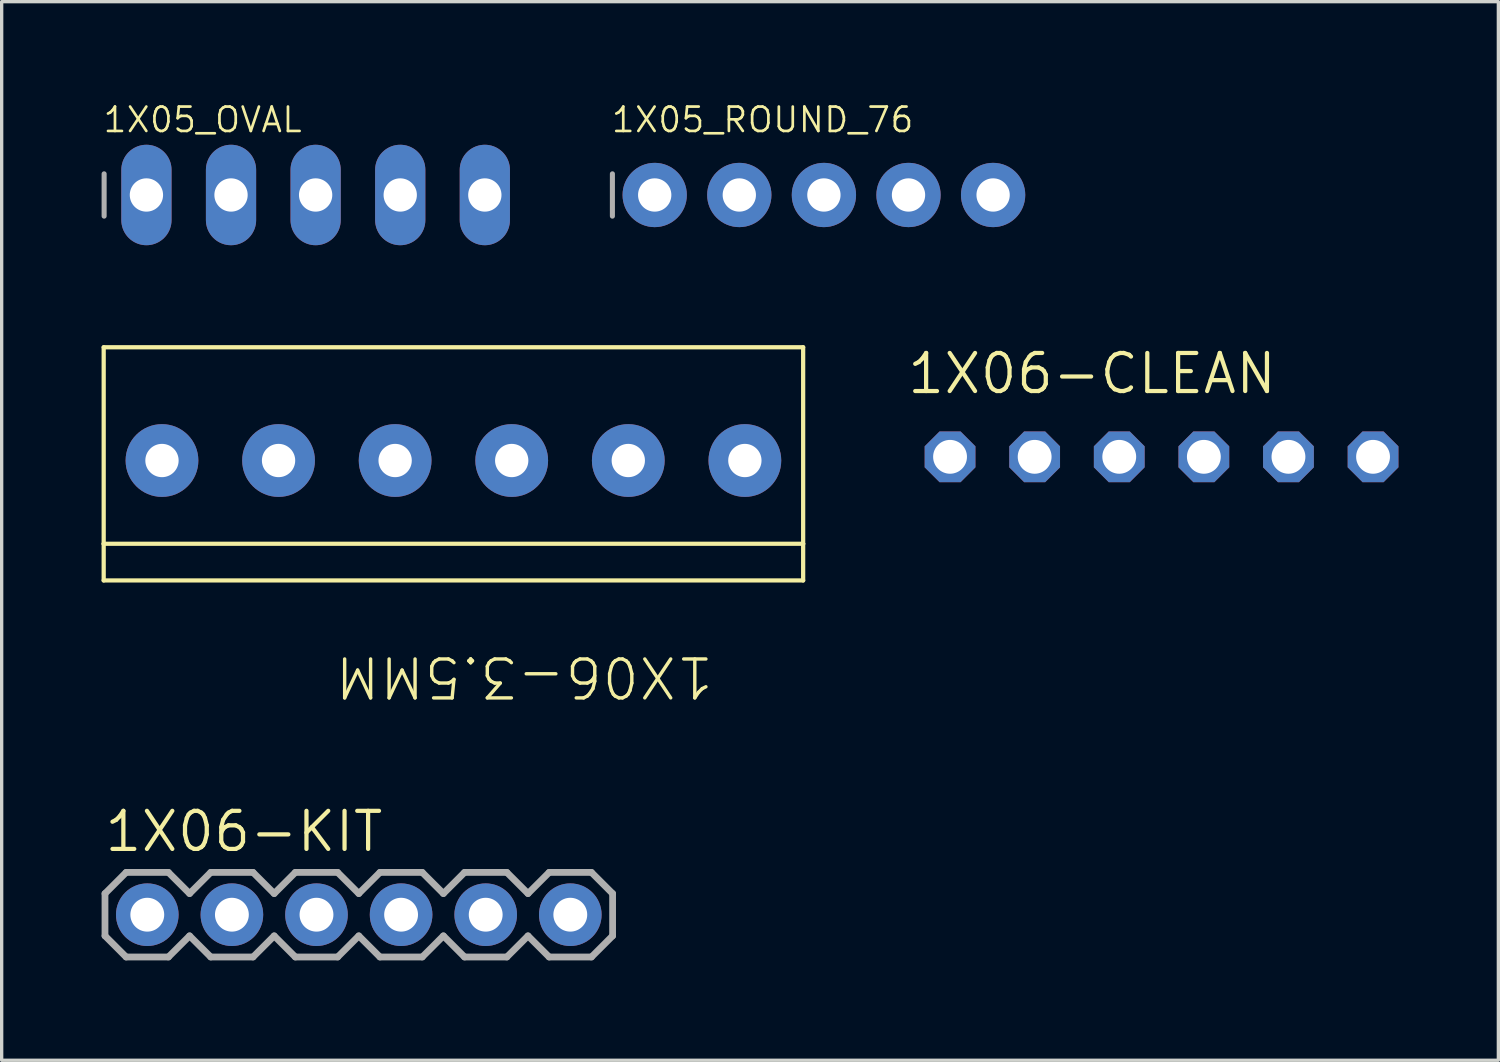
<source format=kicad_pcb>
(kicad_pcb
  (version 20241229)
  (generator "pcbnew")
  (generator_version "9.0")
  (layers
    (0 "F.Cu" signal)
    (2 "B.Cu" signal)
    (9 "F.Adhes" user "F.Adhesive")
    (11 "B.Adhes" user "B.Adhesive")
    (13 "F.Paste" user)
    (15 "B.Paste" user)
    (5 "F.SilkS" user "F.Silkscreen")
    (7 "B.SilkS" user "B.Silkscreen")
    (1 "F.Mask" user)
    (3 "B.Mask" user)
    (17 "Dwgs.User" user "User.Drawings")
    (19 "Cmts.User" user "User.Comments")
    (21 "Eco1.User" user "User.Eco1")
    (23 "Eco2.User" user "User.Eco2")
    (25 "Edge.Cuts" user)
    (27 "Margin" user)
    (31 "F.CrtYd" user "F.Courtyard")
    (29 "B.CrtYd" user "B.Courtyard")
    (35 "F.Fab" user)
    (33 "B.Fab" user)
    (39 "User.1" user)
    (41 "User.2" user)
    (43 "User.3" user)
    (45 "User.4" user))
  (footprint "1X06-KIT"
    (layer "F.Cu")
    (at 1.372 24.412)
    (property "Reference" "1X06-KIT" (at -1.346 -1.829 0) (unlocked yes) (layer "F.SilkS") (effects (font (size 1.143 1.143) (thickness 0.127)) (justify left bottom)))
    (fp_poly (pts (xy 0.159 -0.483) (xy 0.301 -0.408) (xy 0.417 -0.289) (xy 0.503 -0.008) (xy 0.442 0.01) (xy 0.505 0.021) (xy 0.48 0.166) (xy 0.408 0.305) (xy 0.296 0.415) (xy 0.155 0.486) (xy 0.06 0.5) (xy 0.059 0.516) (xy -0.153 0.488) (xy -0.294 0.42) (xy -0.41 0.309) (xy -0.509 0.027) (xy -0.487 -0.139) (xy -0.417 -0.286) (xy -0.301 -0.408) (xy -0.005 -0.512)) (stroke (width 0) (type default)) (fill yes) (layer "F.Mask"))
    (fp_poly (pts (xy 2.699 -0.483) (xy 2.841 -0.408) (xy 2.957 -0.289) (xy 3.043 -0.008) (xy 2.982 0.01) (xy 3.045 0.021) (xy 3.02 0.166) (xy 2.948 0.305) (xy 2.836 0.415) (xy 2.695 0.486) (xy 2.6 0.5) (xy 2.599 0.516) (xy 2.387 0.488) (xy 2.246 0.42) (xy 2.13 0.309) (xy 2.031 0.027) (xy 2.053 -0.139) (xy 2.123 -0.286) (xy 2.239 -0.408) (xy 2.535 -0.512)) (stroke (width 0) (type default)) (fill yes) (layer "F.Mask"))
    (fp_poly (pts (xy 5.239 -0.483) (xy 5.381 -0.408) (xy 5.497 -0.289) (xy 5.583 -0.008) (xy 5.522 0.01) (xy 5.585 0.021) (xy 5.56 0.166) (xy 5.488 0.305) (xy 5.376 0.415) (xy 5.235 0.486) (xy 5.14 0.5) (xy 5.139 0.516) (xy 4.927 0.488) (xy 4.786 0.42) (xy 4.67 0.309) (xy 4.571 0.027) (xy 4.593 -0.139) (xy 4.663 -0.286) (xy 4.779 -0.408) (xy 5.075 -0.512)) (stroke (width 0) (type default)) (fill yes) (layer "F.Mask"))
    (fp_poly (pts (xy 7.779 -0.483) (xy 7.921 -0.408) (xy 8.037 -0.289) (xy 8.123 -0.008) (xy 8.062 0.01) (xy 8.125 0.021) (xy 8.1 0.166) (xy 8.028 0.305) (xy 7.916 0.415) (xy 7.775 0.486) (xy 7.68 0.5) (xy 7.679 0.516) (xy 7.467 0.488) (xy 7.326 0.42) (xy 7.21 0.309) (xy 7.111 0.027) (xy 7.133 -0.139) (xy 7.203 -0.286) (xy 7.319 -0.408) (xy 7.615 -0.512)) (stroke (width 0) (type default)) (fill yes) (layer "F.Mask"))
    (fp_poly (pts (xy 10.319 -0.483) (xy 10.461 -0.408) (xy 10.577 -0.289) (xy 10.663 -0.008) (xy 10.602 0.01) (xy 10.665 0.021) (xy 10.64 0.166) (xy 10.568 0.305) (xy 10.456 0.415) (xy 10.315 0.486) (xy 10.22 0.5) (xy 10.219 0.516) (xy 10.007 0.488) (xy 9.866 0.42) (xy 9.75 0.309) (xy 9.651 0.027) (xy 9.673 -0.139) (xy 9.743 -0.286) (xy 9.859 -0.408) (xy 10.155 -0.512)) (stroke (width 0) (type default)) (fill yes) (layer "F.Mask"))
    (fp_poly (pts (xy 12.859 -0.483) (xy 13.001 -0.408) (xy 13.117 -0.289) (xy 13.203 -0.008) (xy 13.142 0.01) (xy 13.205 0.021) (xy 13.18 0.166) (xy 13.108 0.305) (xy 12.996 0.415) (xy 12.855 0.486) (xy 12.76 0.5) (xy 12.759 0.516) (xy 12.547 0.488) (xy 12.406 0.42) (xy 12.29 0.309) (xy 12.191 0.027) (xy 12.213 -0.139) (xy 12.283 -0.286) (xy 12.399 -0.408) (xy 12.695 -0.512)) (stroke (width 0) (type default)) (fill yes) (layer "F.Mask"))
    (fp_poly (pts (xy 0.201 -0.994) (xy 0.393 -0.932) (xy 0.569 -0.835) (xy 0.723 -0.705) (xy 0.849 -0.547) (xy 0.941 -0.368) (xy 0.997 -0.174) (xy 1.009 -0.035) (xy 1.02 -0.034) (xy 1.014 0.026) (xy 1.019 0.086) (xy 1.007 0.087) (xy 0.992 0.221) (xy 0.933 0.408) (xy 0.839 0.58) (xy 0.713 0.731) (xy 0.56 0.854) (xy 0.386 0.944) (xy 0.197 0.999) (xy 0.064 1.011) (xy 0.063 1.021) (xy 0.003 1.016) (xy -0.058 1.022) (xy -0.059 1.011) (xy -0.193 1) (xy -0.383 0.945) (xy -0.558 0.854) (xy -0.712 0.731) (xy -0.839 0.58) (xy -0.936 0.405) (xy -1.016 0.027) (xy -0.999 -0.177) (xy -0.943 -0.371) (xy -0.85 -0.549) (xy -0.724 -0.707) (xy -0.57 -0.836) (xy -0.39 -0.935) (xy -0.003 -1.017)) (stroke (width 0) (type default)) (fill yes) (layer "B.Mask"))
    (fp_poly (pts (xy 2.741 -0.994) (xy 2.933 -0.932) (xy 3.109 -0.835) (xy 3.263 -0.705) (xy 3.389 -0.547) (xy 3.481 -0.368) (xy 3.537 -0.174) (xy 3.549 -0.035) (xy 3.56 -0.034) (xy 3.554 0.026) (xy 3.559 0.086) (xy 3.547 0.087) (xy 3.532 0.221) (xy 3.473 0.408) (xy 3.379 0.58) (xy 3.253 0.731) (xy 3.1 0.854) (xy 2.926 0.944) (xy 2.737 0.999) (xy 2.604 1.011) (xy 2.603 1.021) (xy 2.543 1.016) (xy 2.482 1.022) (xy 2.481 1.011) (xy 2.347 1) (xy 2.157 0.945) (xy 1.982 0.854) (xy 1.828 0.731) (xy 1.701 0.58) (xy 1.604 0.405) (xy 1.524 0.027) (xy 1.541 -0.177) (xy 1.597 -0.371) (xy 1.69 -0.549) (xy 1.816 -0.707) (xy 1.97 -0.836) (xy 2.15 -0.935) (xy 2.537 -1.017)) (stroke (width 0) (type default)) (fill yes) (layer "B.Mask"))
    (fp_poly (pts (xy 5.281 -0.994) (xy 5.473 -0.932) (xy 5.649 -0.835) (xy 5.803 -0.705) (xy 5.929 -0.547) (xy 6.021 -0.368) (xy 6.077 -0.174) (xy 6.089 -0.035) (xy 6.1 -0.034) (xy 6.094 0.026) (xy 6.099 0.086) (xy 6.087 0.087) (xy 6.072 0.221) (xy 6.013 0.408) (xy 5.919 0.58) (xy 5.793 0.731) (xy 5.64 0.854) (xy 5.466 0.944) (xy 5.277 0.999) (xy 5.144 1.011) (xy 5.143 1.021) (xy 5.083 1.016) (xy 5.022 1.022) (xy 5.021 1.011) (xy 4.887 1) (xy 4.697 0.945) (xy 4.522 0.854) (xy 4.368 0.731) (xy 4.241 0.58) (xy 4.144 0.405) (xy 4.064 0.027) (xy 4.081 -0.177) (xy 4.137 -0.371) (xy 4.23 -0.549) (xy 4.356 -0.707) (xy 4.51 -0.836) (xy 4.69 -0.935) (xy 5.077 -1.017)) (stroke (width 0) (type default)) (fill yes) (layer "B.Mask"))
    (fp_poly (pts (xy 7.821 -0.994) (xy 8.013 -0.932) (xy 8.189 -0.835) (xy 8.343 -0.705) (xy 8.469 -0.547) (xy 8.561 -0.368) (xy 8.617 -0.174) (xy 8.629 -0.035) (xy 8.64 -0.034) (xy 8.634 0.026) (xy 8.639 0.086) (xy 8.627 0.087) (xy 8.612 0.221) (xy 8.553 0.408) (xy 8.459 0.58) (xy 8.333 0.731) (xy 8.18 0.854) (xy 8.006 0.944) (xy 7.817 0.999) (xy 7.684 1.011) (xy 7.683 1.021) (xy 7.623 1.016) (xy 7.562 1.022) (xy 7.561 1.011) (xy 7.427 1) (xy 7.237 0.945) (xy 7.062 0.854) (xy 6.908 0.731) (xy 6.781 0.58) (xy 6.684 0.405) (xy 6.604 0.027) (xy 6.621 -0.177) (xy 6.677 -0.371) (xy 6.77 -0.549) (xy 6.896 -0.707) (xy 7.05 -0.836) (xy 7.23 -0.935) (xy 7.617 -1.017)) (stroke (width 0) (type default)) (fill yes) (layer "B.Mask"))
    (fp_poly (pts (xy 10.361 -0.994) (xy 10.553 -0.932) (xy 10.729 -0.835) (xy 10.883 -0.705) (xy 11.009 -0.547) (xy 11.101 -0.368) (xy 11.157 -0.174) (xy 11.169 -0.035) (xy 11.18 -0.034) (xy 11.174 0.026) (xy 11.179 0.086) (xy 11.167 0.087) (xy 11.152 0.221) (xy 11.093 0.408) (xy 10.999 0.58) (xy 10.873 0.731) (xy 10.72 0.854) (xy 10.546 0.944) (xy 10.357 0.999) (xy 10.224 1.011) (xy 10.223 1.021) (xy 10.163 1.016) (xy 10.102 1.022) (xy 10.101 1.011) (xy 9.967 1) (xy 9.777 0.945) (xy 9.602 0.854) (xy 9.448 0.731) (xy 9.321 0.58) (xy 9.224 0.405) (xy 9.144 0.027) (xy 9.161 -0.177) (xy 9.217 -0.371) (xy 9.31 -0.549) (xy 9.436 -0.707) (xy 9.59 -0.836) (xy 9.77 -0.935) (xy 10.157 -1.017)) (stroke (width 0) (type default)) (fill yes) (layer "B.Mask"))
    (fp_poly (pts (xy 12.901 -0.994) (xy 13.093 -0.932) (xy 13.269 -0.835) (xy 13.423 -0.705) (xy 13.549 -0.547) (xy 13.641 -0.368) (xy 13.697 -0.174) (xy 13.709 -0.035) (xy 13.72 -0.034) (xy 13.714 0.026) (xy 13.719 0.086) (xy 13.707 0.087) (xy 13.692 0.221) (xy 13.633 0.408) (xy 13.539 0.58) (xy 13.413 0.731) (xy 13.26 0.854) (xy 13.086 0.944) (xy 12.897 0.999) (xy 12.764 1.011) (xy 12.763 1.021) (xy 12.703 1.016) (xy 12.642 1.022) (xy 12.641 1.011) (xy 12.507 1) (xy 12.317 0.945) (xy 12.142 0.854) (xy 11.988 0.731) (xy 11.861 0.58) (xy 11.764 0.405) (xy 11.684 0.027) (xy 11.701 -0.177) (xy 11.757 -0.371) (xy 11.85 -0.549) (xy 11.976 -0.707) (xy 12.13 -0.836) (xy 12.31 -0.935) (xy 12.697 -1.017)) (stroke (width 0) (type default)) (fill yes) (layer "B.Mask"))
    (fp_line (start -1.27 -0.635) (end -1.27 0.635) (stroke (width 0.203) (type solid)) (layer "F.Fab"))
    (fp_line (start -1.27 0.635) (end -0.635 1.27) (stroke (width 0.203) (type solid)) (layer "F.Fab"))
    (fp_line (start -0.635 -1.27) (end -1.27 -0.635) (stroke (width 0.203) (type solid)) (layer "F.Fab"))
    (fp_line (start -0.635 -1.27) (end 0.635 -1.27) (stroke (width 0.203) (type solid)) (layer "F.Fab"))
    (fp_line (start 0.635 -1.27) (end 1.27 -0.635) (stroke (width 0.203) (type solid)) (layer "F.Fab"))
    (fp_line (start 0.635 1.27) (end -0.635 1.27) (stroke (width 0.203) (type solid)) (layer "F.Fab"))
    (fp_line (start 1.27 -0.635) (end 1.905 -1.27) (stroke (width 0.203) (type solid)) (layer "F.Fab"))
    (fp_line (start 1.27 0.635) (end 0.635 1.27) (stroke (width 0.203) (type solid)) (layer "F.Fab"))
    (fp_line (start 1.905 -1.27) (end 3.175 -1.27) (stroke (width 0.203) (type solid)) (layer "F.Fab"))
    (fp_line (start 1.905 1.27) (end 1.27 0.635) (stroke (width 0.203) (type solid)) (layer "F.Fab"))
    (fp_line (start 3.175 -1.27) (end 3.81 -0.635) (stroke (width 0.203) (type solid)) (layer "F.Fab"))
    (fp_line (start 3.175 1.27) (end 1.905 1.27) (stroke (width 0.203) (type solid)) (layer "F.Fab"))
    (fp_line (start 3.81 -0.635) (end 4.445 -1.27) (stroke (width 0.203) (type solid)) (layer "F.Fab"))
    (fp_line (start 3.81 0.635) (end 3.175 1.27) (stroke (width 0.203) (type solid)) (layer "F.Fab"))
    (fp_line (start 4.445 -1.27) (end 5.715 -1.27) (stroke (width 0.203) (type solid)) (layer "F.Fab"))
    (fp_line (start 4.445 1.27) (end 3.81 0.635) (stroke (width 0.203) (type solid)) (layer "F.Fab"))
    (fp_line (start 5.715 -1.27) (end 6.35 -0.635) (stroke (width 0.203) (type solid)) (layer "F.Fab"))
    (fp_line (start 5.715 1.27) (end 4.445 1.27) (stroke (width 0.203) (type solid)) (layer "F.Fab"))
    (fp_line (start 6.35 0.635) (end 5.715 1.27) (stroke (width 0.203) (type solid)) (layer "F.Fab"))
    (fp_line (start 6.35 0.635) (end 6.985 1.27) (stroke (width 0.203) (type solid)) (layer "F.Fab"))
    (fp_line (start 6.985 -1.27) (end 6.35 -0.635) (stroke (width 0.203) (type solid)) (layer "F.Fab"))
    (fp_line (start 6.985 -1.27) (end 8.255 -1.27) (stroke (width 0.203) (type solid)) (layer "F.Fab"))
    (fp_line (start 8.255 -1.27) (end 8.89 -0.635) (stroke (width 0.203) (type solid)) (layer "F.Fab"))
    (fp_line (start 8.255 1.27) (end 6.985 1.27) (stroke (width 0.203) (type solid)) (layer "F.Fab"))
    (fp_line (start 8.89 -0.635) (end 9.525 -1.27) (stroke (width 0.203) (type solid)) (layer "F.Fab"))
    (fp_line (start 8.89 0.635) (end 8.255 1.27) (stroke (width 0.203) (type solid)) (layer "F.Fab"))
    (fp_line (start 9.525 -1.27) (end 10.795 -1.27) (stroke (width 0.203) (type solid)) (layer "F.Fab"))
    (fp_line (start 9.525 1.27) (end 8.89 0.635) (stroke (width 0.203) (type solid)) (layer "F.Fab"))
    (fp_line (start 10.795 -1.27) (end 11.43 -0.635) (stroke (width 0.203) (type solid)) (layer "F.Fab"))
    (fp_line (start 10.795 1.27) (end 9.525 1.27) (stroke (width 0.203) (type solid)) (layer "F.Fab"))
    (fp_line (start 11.43 -0.635) (end 12.065 -1.27) (stroke (width 0.203) (type solid)) (layer "F.Fab"))
    (fp_line (start 11.43 0.635) (end 10.795 1.27) (stroke (width 0.203) (type solid)) (layer "F.Fab"))
    (fp_line (start 12.065 -1.27) (end 13.335 -1.27) (stroke (width 0.203) (type solid)) (layer "F.Fab"))
    (fp_line (start 12.065 1.27) (end 11.43 0.635) (stroke (width 0.203) (type solid)) (layer "F.Fab"))
    (fp_line (start 13.335 -1.27) (end 13.97 -0.635) (stroke (width 0.203) (type solid)) (layer "F.Fab"))
    (fp_line (start 13.335 1.27) (end 12.065 1.27) (stroke (width 0.203) (type solid)) (layer "F.Fab"))
    (fp_line (start 13.97 -0.635) (end 13.97 0.635) (stroke (width 0.203) (type solid)) (layer "F.Fab"))
    (fp_line (start 13.97 0.635) (end 13.335 1.27) (stroke (width 0.203) (type solid)) (layer "F.Fab"))
    (fp_poly (pts (xy -0.254 0.254) (xy 0.254 0.254) (xy 0.254 -0.254) (xy -0.254 -0.254)) (stroke (width 0.1) (type default)) (fill no) (layer "F.Fab"))
    (fp_poly (pts (xy 2.286 0.254) (xy 2.794 0.254) (xy 2.794 -0.254) (xy 2.286 -0.254)) (stroke (width 0.1) (type default)) (fill no) (layer "F.Fab"))
    (fp_poly (pts (xy 4.826 0.254) (xy 5.334 0.254) (xy 5.334 -0.254) (xy 4.826 -0.254)) (stroke (width 0.1) (type default)) (fill no) (layer "F.Fab"))
    (fp_poly (pts (xy 7.366 0.254) (xy 7.874 0.254) (xy 7.874 -0.254) (xy 7.366 -0.254)) (stroke (width 0.1) (type default)) (fill no) (layer "F.Fab"))
    (fp_poly (pts (xy 9.906 0.254) (xy 10.414 0.254) (xy 10.414 -0.254) (xy 9.906 -0.254)) (stroke (width 0.1) (type default)) (fill no) (layer "F.Fab"))
    (fp_poly (pts (xy 12.446 0.254) (xy 12.954 0.254) (xy 12.954 -0.254) (xy 12.446 -0.254)) (stroke (width 0.1) (type default)) (fill no) (layer "F.Fab"))
    (pad "1" thru_hole circle (at 0 0 90) (size 1.88 1.88) (drill 1.016) (layers "*.Cu"))
    (pad "2" thru_hole circle (at 2.54 0 90) (size 1.88 1.88) (drill 1.016) (layers "*.Cu"))
    (pad "3" thru_hole circle (at 5.08 0 90) (size 1.88 1.88) (drill 1.016) (layers "*.Cu"))
    (pad "4" thru_hole circle (at 7.62 0 90) (size 1.88 1.88) (drill 1.016) (layers "*.Cu"))
    (pad "5" thru_hole circle (at 10.16 0 90) (size 1.88 1.88) (drill 1.016) (layers "*.Cu"))
    (pad "6" thru_hole circle (at 12.7 0 90) (size 1.88 1.88) (drill 1.016) (layers "*.Cu")))
  (footprint "1X05_ROUND_76"
    (layer "F.Cu")
    (at 21.686 2.804)
    (property "Reference" "1X05_ROUND_76" (at -6.426 -1.829 0) (unlocked yes) (layer "F.SilkS") (effects (font (size 0.732 0.732) (thickness 0.081)) (justify left bottom)))
    (fp_line (start -6.35 -0.635) (end -6.35 0.635) (stroke (width 0.152) (type solid)) (layer "F.Fab"))
    (fp_poly (pts (xy -5.334 0.254) (xy -4.826 0.254) (xy -4.826 -0.254) (xy -5.334 -0.254)) (stroke (width 0.1) (type default)) (fill no) (layer "F.Fab"))
    (fp_poly (pts (xy -2.794 0.254) (xy -2.286 0.254) (xy -2.286 -0.254) (xy -2.794 -0.254)) (stroke (width 0.1) (type default)) (fill no) (layer "F.Fab"))
    (fp_poly (pts (xy -0.254 0.254) (xy 0.254 0.254) (xy 0.254 -0.254) (xy -0.254 -0.254)) (stroke (width 0.1) (type default)) (fill no) (layer "F.Fab"))
    (fp_poly (pts (xy 2.286 0.254) (xy 2.794 0.254) (xy 2.794 -0.254) (xy 2.286 -0.254)) (stroke (width 0.1) (type default)) (fill no) (layer "F.Fab"))
    (fp_poly (pts (xy 4.826 0.254) (xy 5.334 0.254) (xy 5.334 -0.254) (xy 4.826 -0.254)) (stroke (width 0.1) (type default)) (fill no) (layer "F.Fab"))
    (pad "1" thru_hole circle (at -5.08 0 90) (size 1.93 1.93) (drill 1) (layers "*.Cu" "*.Mask"))
    (pad "2" thru_hole circle (at -2.54 0 90) (size 1.93 1.93) (drill 1) (layers "*.Cu" "*.Mask"))
    (pad "3" thru_hole circle (at 0 0 90) (size 1.93 1.93) (drill 1) (layers "*.Cu" "*.Mask"))
    (pad "4" thru_hole circle (at 2.54 0 90) (size 1.93 1.93) (drill 1) (layers "*.Cu" "*.Mask"))
    (pad "5" thru_hole circle (at 5.08 0 90) (size 1.93 1.93) (drill 1) (layers "*.Cu" "*.Mask")))
  (footprint "1X06-CLEAN"
    (layer "F.Cu")
    (at 31.823 10.665)
    (property "Reference" "1X06-CLEAN" (at -7.696 -1.829 0) (unlocked yes) (layer "F.SilkS") (effects (font (size 1.143 1.143) (thickness 0.127)) (justify left bottom)))
    (fp_poly (pts (xy -6.604 0.254) (xy -6.096 0.254) (xy -6.096 -0.254) (xy -6.604 -0.254)) (stroke (width 0.1) (type default)) (fill no) (layer "F.Fab"))
    (fp_poly (pts (xy -4.064 0.254) (xy -3.556 0.254) (xy -3.556 -0.254) (xy -4.064 -0.254)) (stroke (width 0.1) (type default)) (fill no) (layer "F.Fab"))
    (fp_poly (pts (xy -1.524 0.254) (xy -1.016 0.254) (xy -1.016 -0.254) (xy -1.524 -0.254)) (stroke (width 0.1) (type default)) (fill no) (layer "F.Fab"))
    (fp_poly (pts (xy 1.016 0.254) (xy 1.524 0.254) (xy 1.524 -0.254) (xy 1.016 -0.254)) (stroke (width 0.1) (type default)) (fill no) (layer "F.Fab"))
    (fp_poly (pts (xy 3.556 0.254) (xy 4.064 0.254) (xy 4.064 -0.254) (xy 3.556 -0.254)) (stroke (width 0.1) (type default)) (fill no) (layer "F.Fab"))
    (fp_poly (pts (xy 6.096 0.254) (xy 6.604 0.254) (xy 6.604 -0.254) (xy 6.096 -0.254)) (stroke (width 0.1) (type default)) (fill no) (layer "F.Fab"))
    (pad "1" thru_hole roundrect (at -6.35 0 90) (size 1.524 1.524) (drill 1.016) (layers "*.Cu" "*.Mask") (roundrect_rratio 0.25) (chamfer_ratio 0.293) (chamfer top_left top_right bottom_left bottom_right))
    (pad "2" thru_hole roundrect (at -3.81 0 90) (size 1.524 1.524) (drill 1.016) (layers "*.Cu" "*.Mask") (roundrect_rratio 0.25) (chamfer_ratio 0.293) (chamfer top_left top_right bottom_left bottom_right))
    (pad "3" thru_hole roundrect (at -1.27 0 90) (size 1.524 1.524) (drill 1.016) (layers "*.Cu" "*.Mask") (roundrect_rratio 0.25) (chamfer_ratio 0.293) (chamfer top_left top_right bottom_left bottom_right))
    (pad "4" thru_hole roundrect (at 1.27 0 90) (size 1.524 1.524) (drill 1.016) (layers "*.Cu" "*.Mask") (roundrect_rratio 0.25) (chamfer_ratio 0.293) (chamfer top_left top_right bottom_left bottom_right))
    (pad "5" thru_hole roundrect (at 3.81 0 90) (size 1.524 1.524) (drill 1.016) (layers "*.Cu" "*.Mask") (roundrect_rratio 0.25) (chamfer_ratio 0.293) (chamfer top_left top_right bottom_left bottom_right))
    (pad "6" thru_hole roundrect (at 6.35 0 90) (size 1.524 1.524) (drill 1.016) (layers "*.Cu" "*.Mask") (roundrect_rratio 0.25) (chamfer_ratio 0.293) (chamfer top_left top_right bottom_left bottom_right)))
  (footprint "1X06-3.5MM"
    (layer "F.Cu")
    (at 10.563 10.776)
    (property "Reference" "1X06-3.5MM" (at 7.87 5.81 180) (unlocked yes) (layer "F.SilkS") (effects (font (size 1.168 1.168) (thickness 0.102)) (justify left bottom)))
    (fp_line (start -10.5 -3.4) (end -10.5 2.5) (stroke (width 0.127) (type solid)) (layer "F.SilkS"))
    (fp_line (start -10.5 2.5) (end -10.5 3.6) (stroke (width 0.127) (type solid)) (layer "F.SilkS"))
    (fp_line (start -10.5 2.5) (end 10.5 2.5) (stroke (width 0.127) (type solid)) (layer "F.SilkS"))
    (fp_line (start -10.5 3.6) (end 10.5 3.6) (stroke (width 0.127) (type solid)) (layer "F.SilkS"))
    (fp_line (start 10.5 -3.4) (end -10.5 -3.4) (stroke (width 0.127) (type solid)) (layer "F.SilkS"))
    (fp_line (start 10.5 2.5) (end 10.5 -3.4) (stroke (width 0.127) (type solid)) (layer "F.SilkS"))
    (fp_line (start 10.5 3.6) (end 10.5 2.5) (stroke (width 0.127) (type solid)) (layer "F.SilkS"))
    (pad "1" thru_hole circle (at -8.75 0) (size 2.184 2.184) (drill 1) (layers "*.Cu" "*.Mask"))
    (pad "2" thru_hole circle (at -5.25 0) (size 2.184 2.184) (drill 1) (layers "*.Cu" "*.Mask"))
    (pad "3" thru_hole circle (at -1.75 0) (size 2.184 2.184) (drill 1) (layers "*.Cu" "*.Mask"))
    (pad "4" thru_hole circle (at 1.75 0) (size 2.184 2.184) (drill 1) (layers "*.Cu" "*.Mask"))
    (pad "5" thru_hole circle (at 5.25 0) (size 2.184 2.184) (drill 1) (layers "*.Cu" "*.Mask"))
    (pad "6" thru_hole circle (at 8.75 0) (size 2.184 2.184) (drill 1) (layers "*.Cu" "*.Mask")))
  (footprint "1X05_OVAL"
    (layer "F.Cu")
    (at 6.426 2.804)
    (property "Reference" "1X05_OVAL" (at -6.426 -1.829 0) (unlocked yes) (layer "F.SilkS") (effects (font (size 0.732 0.732) (thickness 0.081)) (justify left bottom)))
    (fp_line (start -6.35 -0.635) (end -6.35 0.635) (stroke (width 0.152) (type solid)) (layer "F.Fab"))
    (fp_poly (pts (xy -5.334 0.254) (xy -4.826 0.254) (xy -4.826 -0.254) (xy -5.334 -0.254)) (stroke (width 0.1) (type default)) (fill no) (layer "F.Fab"))
    (fp_poly (pts (xy -2.794 0.254) (xy -2.286 0.254) (xy -2.286 -0.254) (xy -2.794 -0.254)) (stroke (width 0.1) (type default)) (fill no) (layer "F.Fab"))
    (fp_poly (pts (xy -0.254 0.254) (xy 0.254 0.254) (xy 0.254 -0.254) (xy -0.254 -0.254)) (stroke (width 0.1) (type default)) (fill no) (layer "F.Fab"))
    (fp_poly (pts (xy 2.286 0.254) (xy 2.794 0.254) (xy 2.794 -0.254) (xy 2.286 -0.254)) (stroke (width 0.1) (type default)) (fill no) (layer "F.Fab"))
    (fp_poly (pts (xy 4.826 0.254) (xy 5.334 0.254) (xy 5.334 -0.254) (xy 4.826 -0.254)) (stroke (width 0.1) (type default)) (fill no) (layer "F.Fab"))
    (pad "1" thru_hole oval (at -5.08 0 90) (size 3.016 1.508) (drill 1) (layers "*.Cu" "*.Mask"))
    (pad "2" thru_hole oval (at -2.54 0 90) (size 3.016 1.508) (drill 1) (layers "*.Cu" "*.Mask"))
    (pad "3" thru_hole oval (at 0 0 90) (size 3.016 1.508) (drill 1) (layers "*.Cu" "*.Mask"))
    (pad "4" thru_hole oval (at 2.54 0 90) (size 3.016 1.508) (drill 1) (layers "*.Cu" "*.Mask"))
    (pad "5" thru_hole oval (at 5.08 0 90) (size 3.016 1.508) (drill 1) (layers "*.Cu" "*.Mask")))
  (gr_rect
    (start -3 -3)
    (end 41.935 28.783)
    (stroke (width 0.1) (type default))
    (fill no)
    (layer "Edge.Cuts")))
</source>
